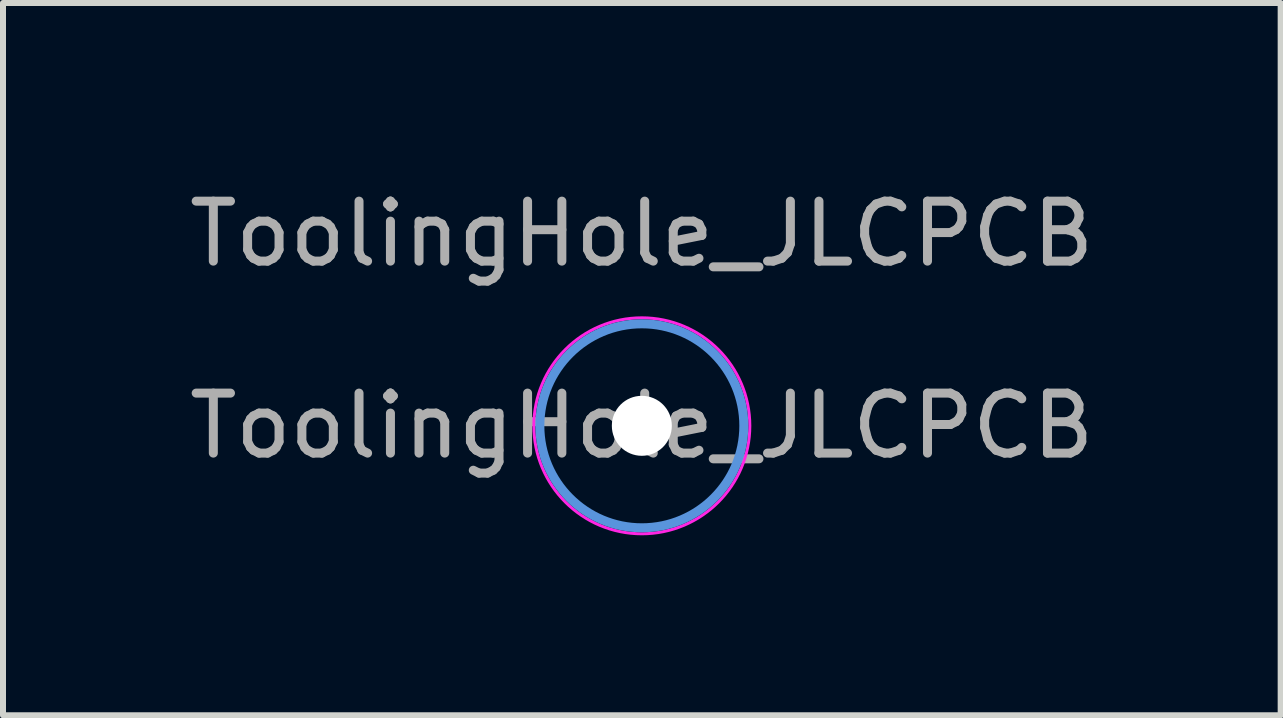
<source format=kicad_pcb>
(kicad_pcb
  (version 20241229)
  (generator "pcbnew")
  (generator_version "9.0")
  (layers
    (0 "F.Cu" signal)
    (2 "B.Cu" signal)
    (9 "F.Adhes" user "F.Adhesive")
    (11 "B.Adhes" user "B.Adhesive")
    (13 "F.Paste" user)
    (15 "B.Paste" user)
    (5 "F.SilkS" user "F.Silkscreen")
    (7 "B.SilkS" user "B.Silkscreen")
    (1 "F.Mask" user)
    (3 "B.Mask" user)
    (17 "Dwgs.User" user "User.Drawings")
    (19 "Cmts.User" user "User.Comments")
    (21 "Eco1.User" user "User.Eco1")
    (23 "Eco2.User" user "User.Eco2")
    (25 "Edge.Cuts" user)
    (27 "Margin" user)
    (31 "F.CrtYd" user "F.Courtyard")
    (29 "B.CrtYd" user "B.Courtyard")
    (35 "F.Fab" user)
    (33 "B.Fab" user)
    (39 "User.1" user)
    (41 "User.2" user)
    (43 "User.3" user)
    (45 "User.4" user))
  (footprint "ToolingHole_JLCPCB"
    (layer "F.Cu")
    (at 7.649 4.048)
    (property "Reference" "ToolingHole_JLCPCB" (at 0 -3.2 0) (layer "F.Fab") (effects (font (size 1 1) (thickness 0.15))))
    (attr exclude_from_pos_files exclude_from_bom)
    (fp_circle (center 0 0) (end 0 -1.7) (stroke (width 0.15) (type solid)) (fill no) (layer "Cmts.User"))
    (fp_circle (center 0 0) (end 1.8 0) (stroke (width 0.05) (type solid)) (fill no) (layer "F.CrtYd"))
    (fp_text user "${REFERENCE}" (at 0 0 0) (layer "F.Fab") (effects (font (size 1 1) (thickness 0.15))))
    (pad "" np_thru_hole circle (at 0 0) (size 1 1) (drill 1.152) (layers "*.Cu" "*.Mask")))
  (gr_rect
    (start -3 -3)
    (end 18.298 8.873)
    (stroke (width 0.1) (type default))
    (fill no)
    (layer "Edge.Cuts")))
</source>
